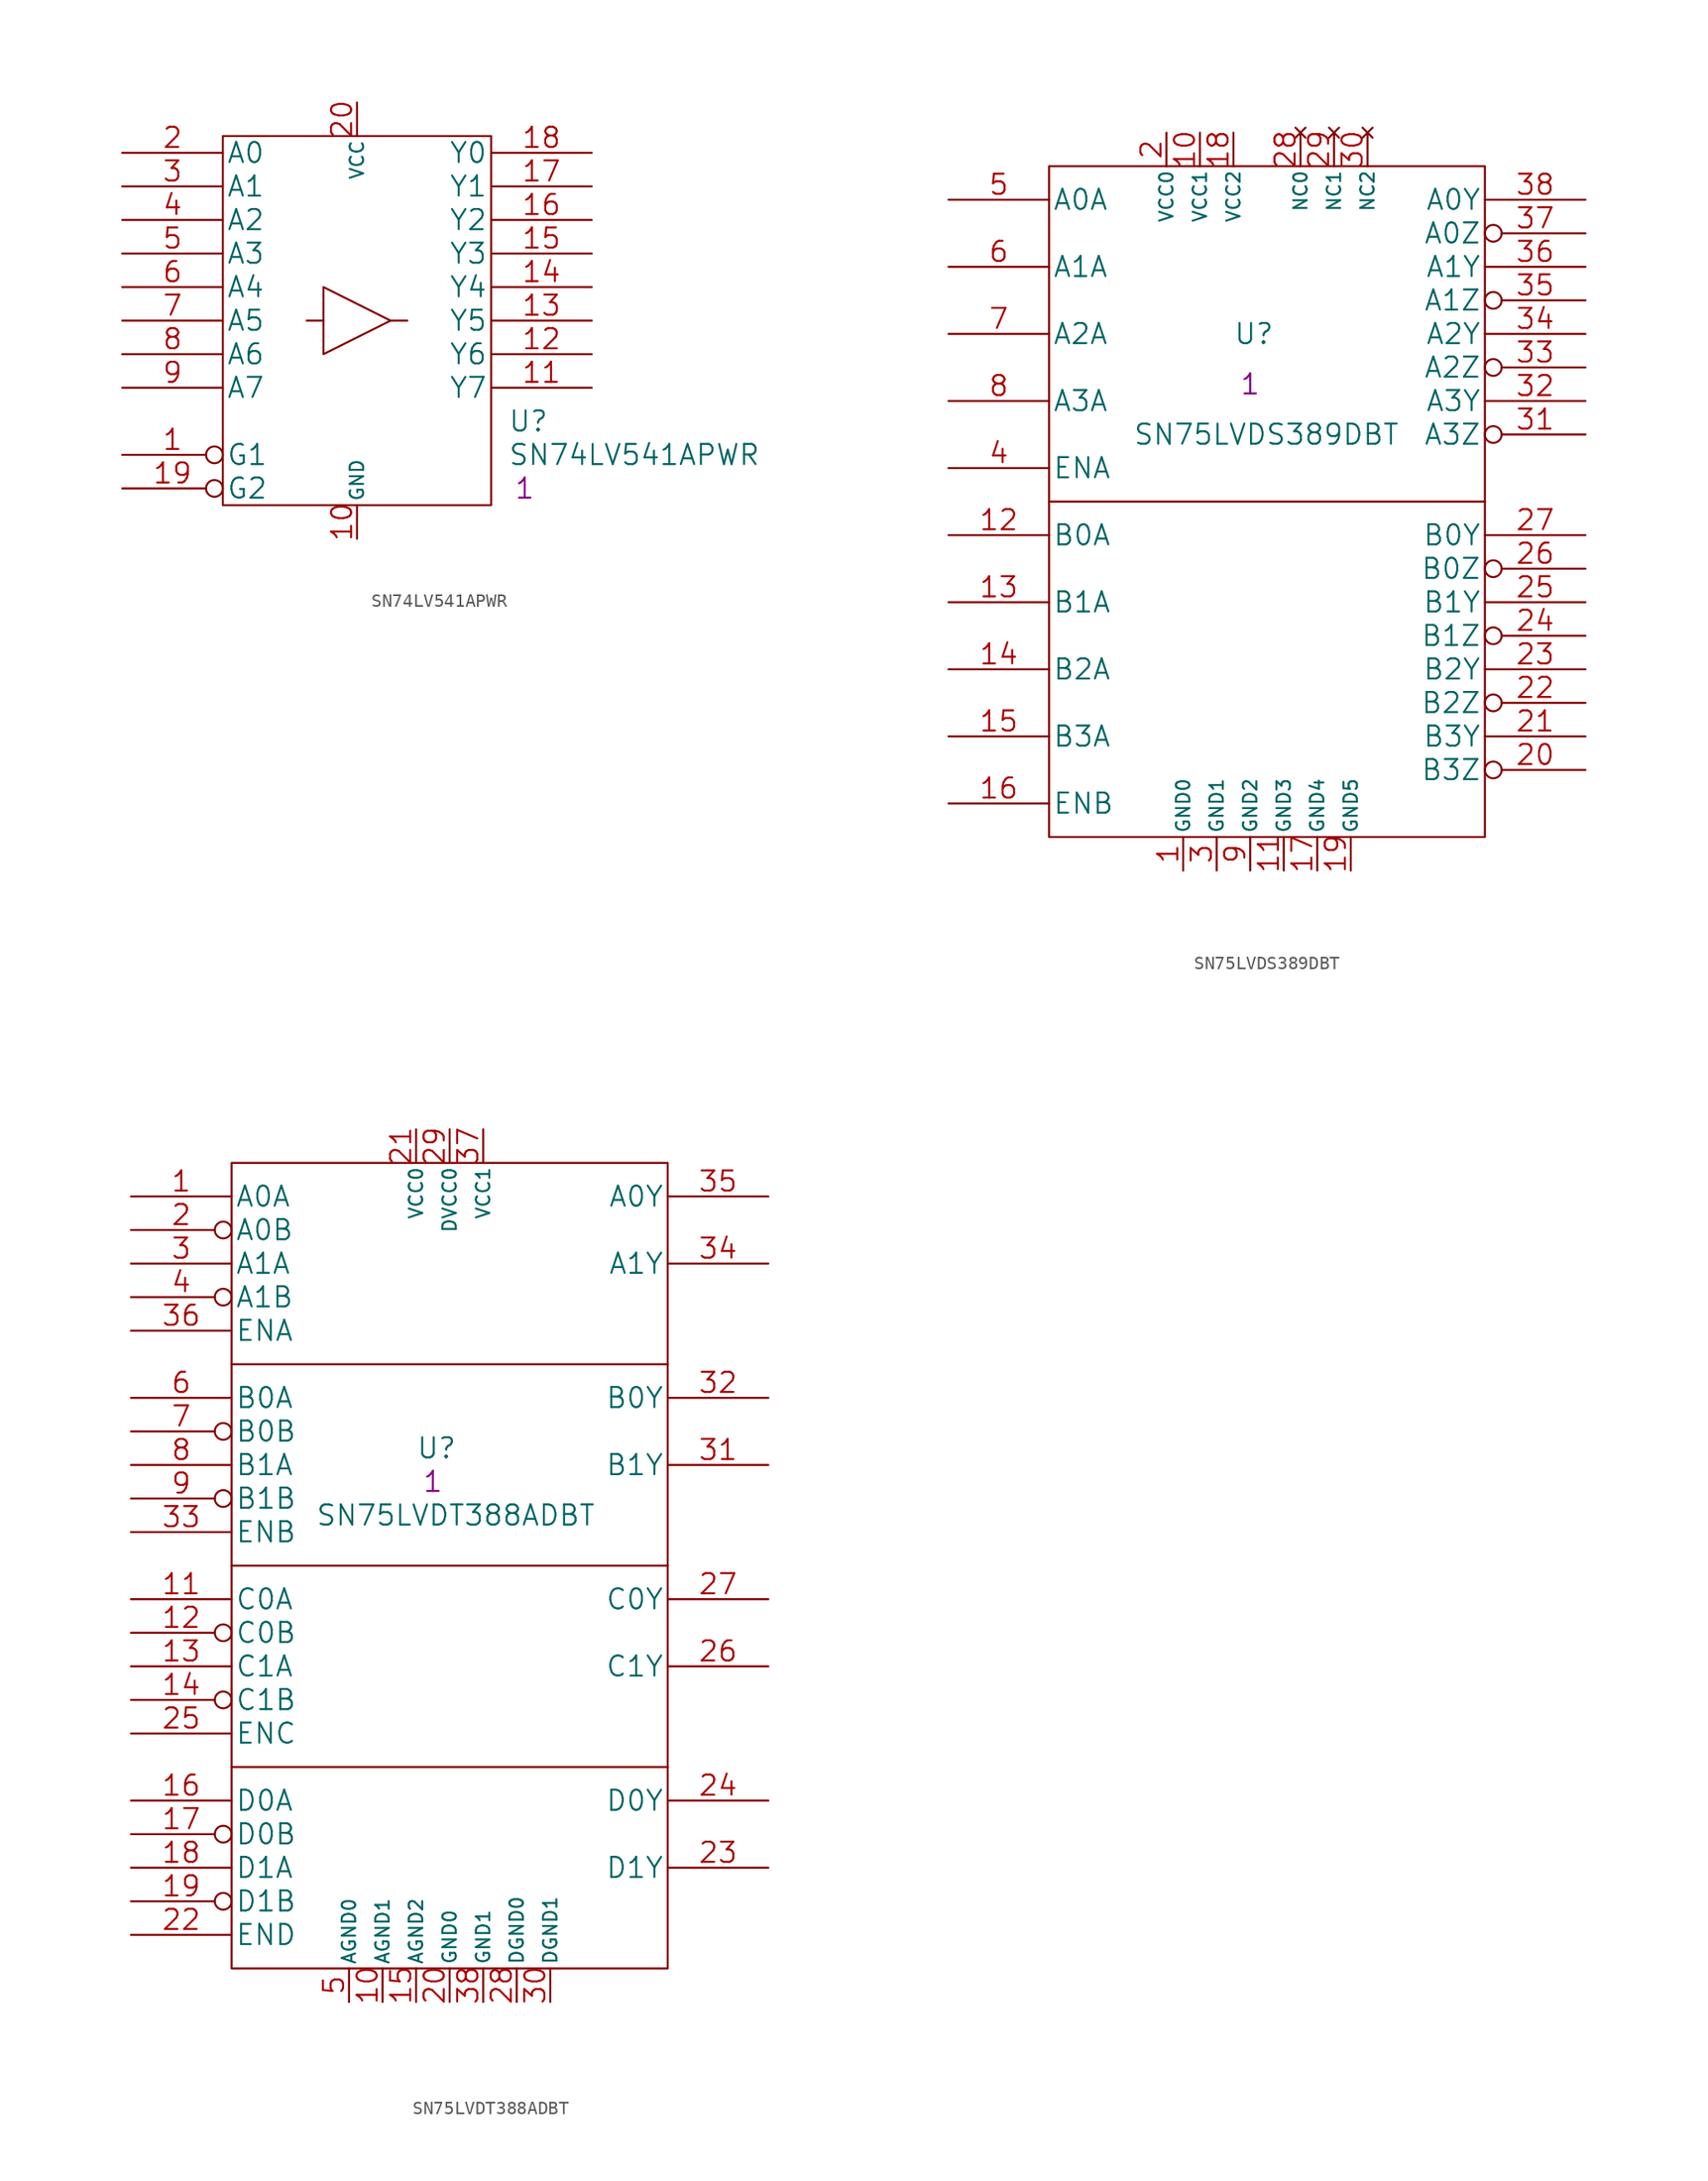
<source format=kicad_sym>
(kicad_symbol_lib
  (version 20201005)
  (generator kicad_symbol_editor)
  (symbol "S_logic:SN74LV541APWR"
    (pin_names
      (offset 0.254))
    (property "Reference" "U"
      (at 29.21 -20.32 0)
      (effects (font (size 1.524 1.524)) (justify left)))
    (property "Value" "SN74LV541APWR"
      (at 29.21 -22.86 0)
      (effects (font (size 1.524 1.524)) (justify left)))
    (property "Datasheet" ""
      (at 0 0 0)
      (effects (font (size 1.524 1.524))))
    (property "Qty" "1"
      (at 30.48 -25.4 0)
      (effects (font (size 1.524 1.524))))
    (symbol "SN74LV541APWR_0_0"
      (pin power_in line (at 17.78 -29.21 90) (length 2.54) (name "GND" (effects (font (size 1.016 1.016)))) (number "10" (effects (font (size 1.524 1.524)))))
      (pin power_in line (at 17.78 3.81 270) (length 2.54) (name "VCC" (effects (font (size 1.016 1.016)))) (number "20" (effects (font (size 1.524 1.524))))))
    (symbol "SN74LV541APWR_0_1"
      (rectangle (start 7.62 1.27) (end 27.94 -26.67) (stroke (width 0)) (fill (type none)))
      (polyline (pts (xy 15.24 -12.7) (xy 13.97 -12.7)) (stroke (width 0)) (fill (type none)))
      (polyline (pts (xy 20.32 -12.7) (xy 21.59 -12.7)) (stroke (width 0)) (fill (type none)))
      (polyline (pts (xy 15.24 -10.16) (xy 15.24 -15.24) (xy 20.32 -12.7) (xy 15.24 -10.16)) (stroke (width 0)) (fill (type none))))
    (symbol "SN74LV541APWR_1_1"
      (pin input inverted (at 0 -22.86 0) (length 7.62) (name "G1" (effects (font (size 1.524 1.524)))) (number "1" (effects (font (size 1.524 1.524)))))
      (pin input line (at 0 0 0) (length 7.62) (name "A0" (effects (font (size 1.524 1.524)))) (number "2" (effects (font (size 1.524 1.524)))))
      (pin input line (at 0 -2.54 0) (length 7.62) (name "A1" (effects (font (size 1.524 1.524)))) (number "3" (effects (font (size 1.524 1.524)))))
      (pin input line (at 0 -5.08 0) (length 7.62) (name "A2" (effects (font (size 1.524 1.524)))) (number "4" (effects (font (size 1.524 1.524)))))
      (pin input line (at 0 -7.62 0) (length 7.62) (name "A3" (effects (font (size 1.524 1.524)))) (number "5" (effects (font (size 1.524 1.524)))))
      (pin input line (at 0 -10.16 0) (length 7.62) (name "A4" (effects (font (size 1.524 1.524)))) (number "6" (effects (font (size 1.524 1.524)))))
      (pin input line (at 0 -12.7 0) (length 7.62) (name "A5" (effects (font (size 1.524 1.524)))) (number "7" (effects (font (size 1.524 1.524)))))
      (pin input line (at 0 -15.24 0) (length 7.62) (name "A6" (effects (font (size 1.524 1.524)))) (number "8" (effects (font (size 1.524 1.524)))))
      (pin input line (at 0 -17.78 0) (length 7.62) (name "A7" (effects (font (size 1.524 1.524)))) (number "9" (effects (font (size 1.524 1.524)))))
      (pin tri_state line (at 35.56 -17.78 180) (length 7.62) (name "Y7" (effects (font (size 1.524 1.524)))) (number "11" (effects (font (size 1.524 1.524)))))
      (pin tri_state line (at 35.56 -15.24 180) (length 7.62) (name "Y6" (effects (font (size 1.524 1.524)))) (number "12" (effects (font (size 1.524 1.524)))))
      (pin tri_state line (at 35.56 -12.7 180) (length 7.62) (name "Y5" (effects (font (size 1.524 1.524)))) (number "13" (effects (font (size 1.524 1.524)))))
      (pin tri_state line (at 35.56 -10.16 180) (length 7.62) (name "Y4" (effects (font (size 1.524 1.524)))) (number "14" (effects (font (size 1.524 1.524)))))
      (pin tri_state line (at 35.56 -7.62 180) (length 7.62) (name "Y3" (effects (font (size 1.524 1.524)))) (number "15" (effects (font (size 1.524 1.524)))))
      (pin tri_state line (at 35.56 -5.08 180) (length 7.62) (name "Y2" (effects (font (size 1.524 1.524)))) (number "16" (effects (font (size 1.524 1.524)))))
      (pin tri_state line (at 35.56 -2.54 180) (length 7.62) (name "Y1" (effects (font (size 1.524 1.524)))) (number "17" (effects (font (size 1.524 1.524)))))
      (pin tri_state line (at 35.56 0 180) (length 7.62) (name "Y0" (effects (font (size 1.524 1.524)))) (number "18" (effects (font (size 1.524 1.524)))))
      (pin input inverted (at 0 -25.4 0) (length 7.62) (name "G2" (effects (font (size 1.524 1.524)))) (number "19" (effects (font (size 1.524 1.524)))))))
  (symbol "S_logic:SN75LVDS389DBT"
    (pin_names
      (offset 0.254))
    (property "Reference" "U"
      (at 21.59 -10.16 0)
      (effects (font (size 1.524 1.524)) (justify left)))
    (property "Value" "SN75LVDS389DBT"
      (at 13.97 -17.78 0)
      (effects (font (size 1.524 1.524)) (justify left)))
    (property "Datasheet" ""
      (at 0 0 0)
      (effects (font (size 1.524 1.524))))
    (property "Qty" "1"
      (at 22.86 -13.97 0)
      (effects (font (size 1.524 1.524))))
    (symbol "SN75LVDS389DBT_0_0"
      (pin power_in line (at 17.78 -50.8 90) (length 2.54) (name "GND0" (effects (font (size 1.016 1.016)))) (number "1" (effects (font (size 1.524 1.524)))))
      (pin power_in line (at 16.51 5.08 270) (length 2.54) (name "VCC0" (effects (font (size 1.016 1.016)))) (number "2" (effects (font (size 1.524 1.524)))))
      (pin power_in line (at 20.32 -50.8 90) (length 2.54) (name "GND1" (effects (font (size 1.016 1.016)))) (number "3" (effects (font (size 1.524 1.524)))))
      (pin power_in line (at 22.86 -50.8 90) (length 2.54) (name "GND2" (effects (font (size 1.016 1.016)))) (number "9" (effects (font (size 1.524 1.524)))))
      (pin power_in line (at 19.05 5.08 270) (length 2.54) (name "VCC1" (effects (font (size 1.016 1.016)))) (number "10" (effects (font (size 1.524 1.524)))))
      (pin no_connect line (at 31.75 5.08 270) (length 2.54) (name "NC2" (effects (font (size 1.016 1.016)))) (number "30" (effects (font (size 1.524 1.524)))))
      (pin power_in line (at 25.4 -50.8 90) (length 2.54) (name "GND3" (effects (font (size 1.016 1.016)))) (number "11" (effects (font (size 1.524 1.524)))))
      (pin power_in line (at 27.94 -50.8 90) (length 2.54) (name "GND4" (effects (font (size 1.016 1.016)))) (number "17" (effects (font (size 1.524 1.524)))))
      (pin power_in line (at 21.59 5.08 270) (length 2.54) (name "VCC2" (effects (font (size 1.016 1.016)))) (number "18" (effects (font (size 1.524 1.524)))))
      (pin no_connect line (at 26.67 5.08 270) (length 2.54) (name "NC0" (effects (font (size 1.016 1.016)))) (number "28" (effects (font (size 1.524 1.524)))))
      (pin power_in line (at 30.48 -50.8 90) (length 2.54) (name "GND5" (effects (font (size 1.016 1.016)))) (number "19" (effects (font (size 1.524 1.524)))))
      (pin no_connect line (at 29.21 5.08 270) (length 2.54) (name "NC1" (effects (font (size 1.016 1.016)))) (number "29" (effects (font (size 1.524 1.524))))))
    (symbol "SN75LVDS389DBT_0_1"
      (rectangle (start 7.62 2.54) (end 40.64 -48.26) (stroke (width 0)) (fill (type none)))
      (polyline (pts (xy 7.62 -22.86) (xy 40.64 -22.86)) (stroke (width 0)) (fill (type none))))
    (symbol "SN75LVDS389DBT_1_1"
      (pin input line (at 0 -20.32 0) (length 7.62) (name "ENA" (effects (font (size 1.524 1.524)))) (number "4" (effects (font (size 1.524 1.524)))))
      (pin input line (at 0 0 0) (length 7.62) (name "A0A" (effects (font (size 1.524 1.524)))) (number "5" (effects (font (size 1.524 1.524)))))
      (pin input line (at 0 -5.08 0) (length 7.62) (name "A1A" (effects (font (size 1.524 1.524)))) (number "6" (effects (font (size 1.524 1.524)))))
      (pin input line (at 0 -10.16 0) (length 7.62) (name "A2A" (effects (font (size 1.524 1.524)))) (number "7" (effects (font (size 1.524 1.524)))))
      (pin input line (at 0 -15.24 0) (length 7.62) (name "A3A" (effects (font (size 1.524 1.524)))) (number "8" (effects (font (size 1.524 1.524)))))
      (pin tri_state inverted (at 48.26 -43.18 180) (length 7.62) (name "B3Z" (effects (font (size 1.524 1.524)))) (number "20" (effects (font (size 1.524 1.524)))))
      (pin tri_state line (at 48.26 -40.64 180) (length 7.62) (name "B3Y" (effects (font (size 1.524 1.524)))) (number "21" (effects (font (size 1.524 1.524)))))
      (pin tri_state inverted (at 48.26 -17.78 180) (length 7.62) (name "A3Z" (effects (font (size 1.524 1.524)))) (number "31" (effects (font (size 1.524 1.524)))))
      (pin input line (at 0 -25.4 0) (length 7.62) (name "B0A" (effects (font (size 1.524 1.524)))) (number "12" (effects (font (size 1.524 1.524)))))
      (pin tri_state inverted (at 48.26 -38.1 180) (length 7.62) (name "B2Z" (effects (font (size 1.524 1.524)))) (number "22" (effects (font (size 1.524 1.524)))))
      (pin tri_state line (at 48.26 -15.24 180) (length 7.62) (name "A3Y" (effects (font (size 1.524 1.524)))) (number "32" (effects (font (size 1.524 1.524)))))
      (pin input line (at 0 -30.48 0) (length 7.62) (name "B1A" (effects (font (size 1.524 1.524)))) (number "13" (effects (font (size 1.524 1.524)))))
      (pin tri_state line (at 48.26 -35.56 180) (length 7.62) (name "B2Y" (effects (font (size 1.524 1.524)))) (number "23" (effects (font (size 1.524 1.524)))))
      (pin tri_state inverted (at 48.26 -12.7 180) (length 7.62) (name "A2Z" (effects (font (size 1.524 1.524)))) (number "33" (effects (font (size 1.524 1.524)))))
      (pin input line (at 0 -35.56 0) (length 7.62) (name "B2A" (effects (font (size 1.524 1.524)))) (number "14" (effects (font (size 1.524 1.524)))))
      (pin tri_state inverted (at 48.26 -33.02 180) (length 7.62) (name "B1Z" (effects (font (size 1.524 1.524)))) (number "24" (effects (font (size 1.524 1.524)))))
      (pin tri_state line (at 48.26 -10.16 180) (length 7.62) (name "A2Y" (effects (font (size 1.524 1.524)))) (number "34" (effects (font (size 1.524 1.524)))))
      (pin input line (at 0 -40.64 0) (length 7.62) (name "B3A" (effects (font (size 1.524 1.524)))) (number "15" (effects (font (size 1.524 1.524)))))
      (pin tri_state line (at 48.26 -30.48 180) (length 7.62) (name "B1Y" (effects (font (size 1.524 1.524)))) (number "25" (effects (font (size 1.524 1.524)))))
      (pin tri_state inverted (at 48.26 -7.62 180) (length 7.62) (name "A1Z" (effects (font (size 1.524 1.524)))) (number "35" (effects (font (size 1.524 1.524)))))
      (pin input line (at 0 -45.72 0) (length 7.62) (name "ENB" (effects (font (size 1.524 1.524)))) (number "16" (effects (font (size 1.524 1.524)))))
      (pin tri_state inverted (at 48.26 -27.94 180) (length 7.62) (name "B0Z" (effects (font (size 1.524 1.524)))) (number "26" (effects (font (size 1.524 1.524)))))
      (pin tri_state line (at 48.26 -5.08 180) (length 7.62) (name "A1Y" (effects (font (size 1.524 1.524)))) (number "36" (effects (font (size 1.524 1.524)))))
      (pin tri_state line (at 48.26 -25.4 180) (length 7.62) (name "B0Y" (effects (font (size 1.524 1.524)))) (number "27" (effects (font (size 1.524 1.524)))))
      (pin tri_state inverted (at 48.26 -2.54 180) (length 7.62) (name "A0Z" (effects (font (size 1.524 1.524)))) (number "37" (effects (font (size 1.524 1.524)))))
      (pin tri_state line (at 48.26 0 180) (length 7.62) (name "A0Y" (effects (font (size 1.524 1.524)))) (number "38" (effects (font (size 1.524 1.524)))))))
  (symbol "S_logic:SN75LVDT388ADBT"
    (pin_names
      (offset 0.254))
    (property "Reference" "U"
      (at 21.59 -19.05 0)
      (effects (font (size 1.524 1.524)) (justify left)))
    (property "Value" "SN75LVDT388ADBT"
      (at 13.97 -24.13 0)
      (effects (font (size 1.524 1.524)) (justify left)))
    (property "Datasheet" ""
      (at 54.61 0 0)
      (effects (font (size 1.524 1.524))))
    (property "Qty" "1"
      (at 22.86 -21.59 0)
      (effects (font (size 1.524 1.524))))
    (symbol "SN75LVDT388ADBT_0_0"
      (pin power_in line (at 16.51 -60.96 90) (length 2.54) (name "AGND0" (effects (font (size 1.016 1.016)))) (number "5" (effects (font (size 1.524 1.524)))))
      (pin power_in line (at 19.05 -60.96 90) (length 2.54) (name "AGND1" (effects (font (size 1.016 1.016)))) (number "10" (effects (font (size 1.524 1.524)))))
      (pin power_in line (at 24.13 -60.96 90) (length 2.54) (name "GND0" (effects (font (size 1.016 1.016)))) (number "20" (effects (font (size 1.524 1.524)))))
      (pin power_in line (at 31.75 -60.96 90) (length 2.54) (name "DGND1" (effects (font (size 1.016 1.016)))) (number "30" (effects (font (size 1.524 1.524)))))
      (pin power_in line (at 21.59 5.08 270) (length 2.54) (name "VCC0" (effects (font (size 1.016 1.016)))) (number "21" (effects (font (size 1.524 1.524)))))
      (pin power_in line (at 21.59 -60.96 90) (length 2.54) (name "AGND2" (effects (font (size 1.016 1.016)))) (number "15" (effects (font (size 1.524 1.524)))))
      (pin power_in line (at 26.67 5.08 270) (length 2.54) (name "VCC1" (effects (font (size 1.016 1.016)))) (number "37" (effects (font (size 1.524 1.524)))))
      (pin power_in line (at 29.21 -60.96 90) (length 2.54) (name "DGND0" (effects (font (size 1.016 1.016)))) (number "28" (effects (font (size 1.524 1.524)))))
      (pin power_in line (at 26.67 -60.96 90) (length 2.54) (name "GND1" (effects (font (size 1.016 1.016)))) (number "38" (effects (font (size 1.524 1.524)))))
      (pin power_in line (at 24.13 5.08 270) (length 2.54) (name "DVCC0" (effects (font (size 1.016 1.016)))) (number "29" (effects (font (size 1.524 1.524))))))
    (symbol "SN75LVDT388ADBT_0_1"
      (rectangle (start 7.62 2.54) (end 40.64 -58.42) (stroke (width 0)) (fill (type none)))
      (polyline (pts (xy 7.62 -43.18) (xy 40.64 -43.18)) (stroke (width 0)) (fill (type none)))
      (polyline (pts (xy 7.62 -27.94) (xy 40.64 -27.94)) (stroke (width 0)) (fill (type none)))
      (polyline (pts (xy 7.62 -12.7) (xy 40.64 -12.7)) (stroke (width 0)) (fill (type none))))
    (symbol "SN75LVDT388ADBT_1_1"
      (pin input line (at 0 0 0) (length 7.62) (name "A0A" (effects (font (size 1.524 1.524)))) (number "1" (effects (font (size 1.524 1.524)))))
      (pin input inverted (at 0 -2.54 0) (length 7.62) (name "A0B" (effects (font (size 1.524 1.524)))) (number "2" (effects (font (size 1.524 1.524)))))
      (pin input line (at 0 -5.08 0) (length 7.62) (name "A1A" (effects (font (size 1.524 1.524)))) (number "3" (effects (font (size 1.524 1.524)))))
      (pin input inverted (at 0 -7.62 0) (length 7.62) (name "A1B" (effects (font (size 1.524 1.524)))) (number "4" (effects (font (size 1.524 1.524)))))
      (pin input line (at 0 -15.24 0) (length 7.62) (name "B0A" (effects (font (size 1.524 1.524)))) (number "6" (effects (font (size 1.524 1.524)))))
      (pin input inverted (at 0 -17.78 0) (length 7.62) (name "B0B" (effects (font (size 1.524 1.524)))) (number "7" (effects (font (size 1.524 1.524)))))
      (pin input line (at 0 -20.32 0) (length 7.62) (name "B1A" (effects (font (size 1.524 1.524)))) (number "8" (effects (font (size 1.524 1.524)))))
      (pin input inverted (at 0 -22.86 0) (length 7.62) (name "B1B" (effects (font (size 1.524 1.524)))) (number "9" (effects (font (size 1.524 1.524)))))
      (pin input line (at 0 -30.48 0) (length 7.62) (name "C0A" (effects (font (size 1.524 1.524)))) (number "11" (effects (font (size 1.524 1.524)))))
      (pin tri_state line (at 48.26 -20.32 180) (length 7.62) (name "B1Y" (effects (font (size 1.524 1.524)))) (number "31" (effects (font (size 1.524 1.524)))))
      (pin input inverted (at 0 -33.02 0) (length 7.62) (name "C0B" (effects (font (size 1.524 1.524)))) (number "12" (effects (font (size 1.524 1.524)))))
      (pin input line (at 0 -55.88 0) (length 7.62) (name "END" (effects (font (size 1.524 1.524)))) (number "22" (effects (font (size 1.524 1.524)))))
      (pin tri_state line (at 48.26 -15.24 180) (length 7.62) (name "B0Y" (effects (font (size 1.524 1.524)))) (number "32" (effects (font (size 1.524 1.524)))))
      (pin input line (at 0 -35.56 0) (length 7.62) (name "C1A" (effects (font (size 1.524 1.524)))) (number "13" (effects (font (size 1.524 1.524)))))
      (pin tri_state line (at 48.26 -50.8 180) (length 7.62) (name "D1Y" (effects (font (size 1.524 1.524)))) (number "23" (effects (font (size 1.524 1.524)))))
      (pin input line (at 0 -25.4 0) (length 7.62) (name "ENB" (effects (font (size 1.524 1.524)))) (number "33" (effects (font (size 1.524 1.524)))))
      (pin input inverted (at 0 -38.1 0) (length 7.62) (name "C1B" (effects (font (size 1.524 1.524)))) (number "14" (effects (font (size 1.524 1.524)))))
      (pin tri_state line (at 48.26 -45.72 180) (length 7.62) (name "D0Y" (effects (font (size 1.524 1.524)))) (number "24" (effects (font (size 1.524 1.524)))))
      (pin tri_state line (at 48.26 -5.08 180) (length 7.62) (name "A1Y" (effects (font (size 1.524 1.524)))) (number "34" (effects (font (size 1.524 1.524)))))
      (pin input line (at 0 -40.64 0) (length 7.62) (name "ENC" (effects (font (size 1.524 1.524)))) (number "25" (effects (font (size 1.524 1.524)))))
      (pin tri_state line (at 48.26 0 180) (length 7.62) (name "A0Y" (effects (font (size 1.524 1.524)))) (number "35" (effects (font (size 1.524 1.524)))))
      (pin input line (at 0 -45.72 0) (length 7.62) (name "D0A" (effects (font (size 1.524 1.524)))) (number "16" (effects (font (size 1.524 1.524)))))
      (pin tri_state line (at 48.26 -35.56 180) (length 7.62) (name "C1Y" (effects (font (size 1.524 1.524)))) (number "26" (effects (font (size 1.524 1.524)))))
      (pin input line (at 0 -10.16 0) (length 7.62) (name "ENA" (effects (font (size 1.524 1.524)))) (number "36" (effects (font (size 1.524 1.524)))))
      (pin input inverted (at 0 -48.26 0) (length 7.62) (name "D0B" (effects (font (size 1.524 1.524)))) (number "17" (effects (font (size 1.524 1.524)))))
      (pin tri_state line (at 48.26 -30.48 180) (length 7.62) (name "C0Y" (effects (font (size 1.524 1.524)))) (number "27" (effects (font (size 1.524 1.524)))))
      (pin input line (at 0 -50.8 0) (length 7.62) (name "D1A" (effects (font (size 1.524 1.524)))) (number "18" (effects (font (size 1.524 1.524)))))
      (pin input inverted (at 0 -53.34 0) (length 7.62) (name "D1B" (effects (font (size 1.524 1.524)))) (number "19" (effects (font (size 1.524 1.524))))))))
</source>
